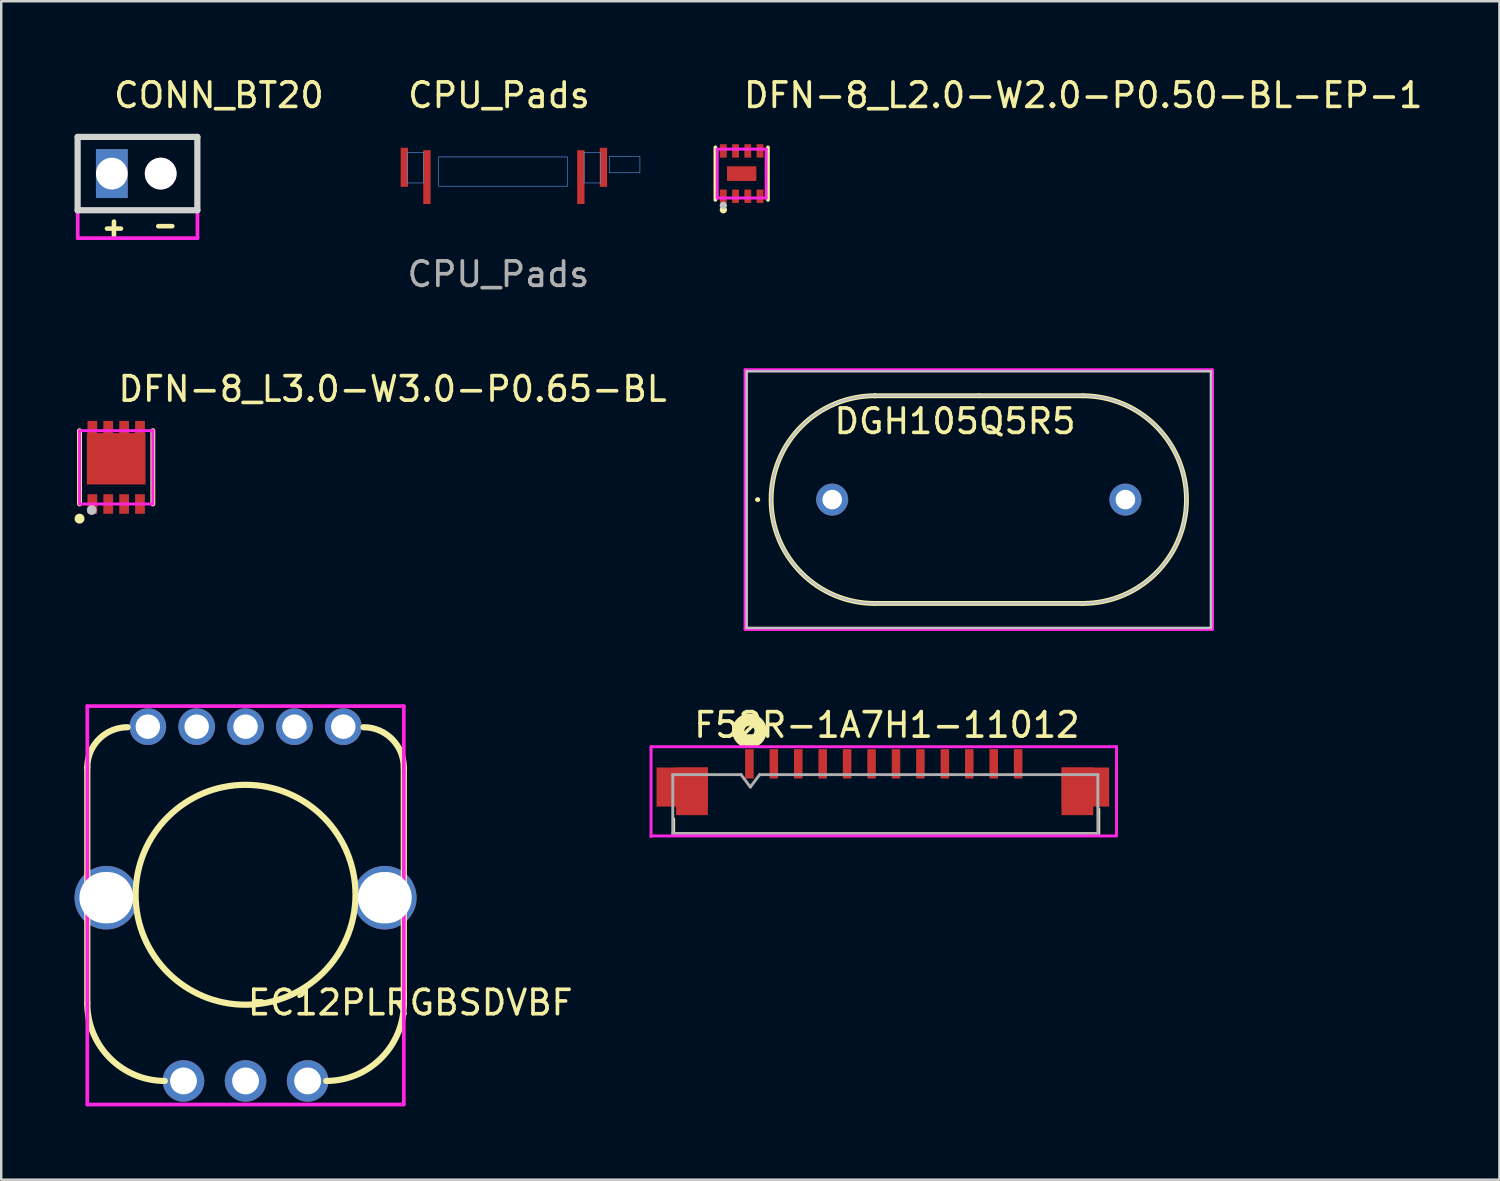
<source format=kicad_pcb>
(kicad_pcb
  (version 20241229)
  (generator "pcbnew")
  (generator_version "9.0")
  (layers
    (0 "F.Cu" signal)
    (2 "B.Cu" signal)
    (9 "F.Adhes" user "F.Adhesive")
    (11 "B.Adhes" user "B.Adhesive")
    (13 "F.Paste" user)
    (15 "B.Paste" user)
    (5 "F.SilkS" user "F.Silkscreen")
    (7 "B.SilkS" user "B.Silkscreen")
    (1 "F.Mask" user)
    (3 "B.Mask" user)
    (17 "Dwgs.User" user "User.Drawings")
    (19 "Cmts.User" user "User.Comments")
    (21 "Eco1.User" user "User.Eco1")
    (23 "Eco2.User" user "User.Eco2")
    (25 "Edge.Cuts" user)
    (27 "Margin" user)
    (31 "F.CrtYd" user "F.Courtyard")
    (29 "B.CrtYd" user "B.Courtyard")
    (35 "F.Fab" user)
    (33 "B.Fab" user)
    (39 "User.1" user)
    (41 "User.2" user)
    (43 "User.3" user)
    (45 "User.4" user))
  (footprint "DFN-8_L3.0-W3.0-P0.65-BL"
    (layer "F.Cu")
    (at 1.705 16.077)
    (property "Reference" "DFN-8_L3.0-W3.0-P0.65-BL" (at 0 -3.207 0) (layer "F.SilkS") (effects (font (size 1 1) (thickness 0.15)) (justify left)))
    (attr through_hole)
    (fp_line (start -1.5 -1.5) (end -1.5 1.5) (stroke (width 0.2) (type solid)) (layer "F.SilkS"))
    (fp_line (start 1.5 -1.5) (end 1.5 1.5) (stroke (width 0.2) (type solid)) (layer "F.SilkS"))
    (fp_circle (center -1.5 2.1) (end -1.395 2.1) (stroke (width 0.2) (type solid)) (fill no) (layer "F.SilkS"))
    (fp_poly (pts (xy -0.775 1.9) (xy -1.175 1.9) (xy -1.175 1.1) (xy -0.775 1.1)) (stroke (width 0.12) (type solid)) (fill yes) (layer "F.Paste"))
    (fp_poly (pts (xy -0.125 1.9) (xy -0.525 1.9) (xy -0.525 1.1) (xy -0.125 1.1)) (stroke (width 0.12) (type solid)) (fill yes) (layer "F.Paste"))
    (fp_poly (pts (xy 0.525 1.9) (xy 0.125 1.9) (xy 0.125 1.1) (xy 0.525 1.1)) (stroke (width 0.12) (type solid)) (fill yes) (layer "F.Paste"))
    (fp_poly (pts (xy 1.175 1.9) (xy 0.775 1.9) (xy 0.775 1.1) (xy 1.175 1.1)) (stroke (width 0.12) (type solid)) (fill yes) (layer "F.Paste"))
    (fp_poly (pts (xy 1.2 0.7) (xy -1.2 0.7) (xy -1.2 -1.4) (xy -1.175 -1.4) (xy -1.175 -1.9) (xy -0.775 -1.9) (xy -0.775 -1.4) (xy -0.525 -1.4) (xy -0.525 -1.9) (xy -0.125 -1.9) (xy -0.125 -1.4) (xy 0.125 -1.4) (xy 0.125 -1.9) (xy 0.525 -1.9) (xy 0.525 -1.4) (xy 0.775 -1.4) (xy 0.775 -1.9) (xy 1.175 -1.9) (xy 1.175 -1.4) (xy 1.2 -1.4)) (stroke (width 0.12) (type solid)) (fill yes) (layer "F.Paste"))
    (fp_circle (center -1 1.75) (end -0.9 1.75) (stroke (width 0.2) (type solid)) (fill no) (layer "Dwgs.User"))
    (fp_circle (center -1.5 1.6) (end -1.47 1.6) (stroke (width 0.06) (type solid)) (fill no) (layer "Eco2.User"))
    (fp_poly (pts (xy -1.175 -1.35) (xy 1.175 -1.35) (xy 1.175 0.65) (xy -1.175 0.65)) (stroke (width 0.12) (type solid)) (fill no) (layer "Eco2.User"))
    (fp_poly (pts (xy -0.825 -1.2) (xy -1.125 -1.2) (xy -1.125 -1.6) (xy -0.825 -1.6)) (stroke (width 0.12) (type solid)) (fill no) (layer "Eco2.User"))
    (fp_poly (pts (xy -0.825 1.6) (xy -1.125 1.6) (xy -1.125 1.2) (xy -0.825 1.2)) (stroke (width 0.12) (type solid)) (fill no) (layer "Eco2.User"))
    (fp_poly (pts (xy -0.175 -1.2) (xy -0.475 -1.2) (xy -0.475 -1.6) (xy -0.175 -1.6)) (stroke (width 0.12) (type solid)) (fill no) (layer "Eco2.User"))
    (fp_poly (pts (xy -0.175 1.6) (xy -0.475 1.6) (xy -0.475 1.2) (xy -0.175 1.2)) (stroke (width 0.12) (type solid)) (fill no) (layer "Eco2.User"))
    (fp_poly (pts (xy 0.475 -1.2) (xy 0.175 -1.2) (xy 0.175 -1.6) (xy 0.475 -1.6)) (stroke (width 0.12) (type solid)) (fill no) (layer "Eco2.User"))
    (fp_poly (pts (xy 0.475 1.6) (xy 0.175 1.6) (xy 0.175 1.2) (xy 0.475 1.2)) (stroke (width 0.12) (type solid)) (fill no) (layer "Eco2.User"))
    (fp_poly (pts (xy 1.125 -1.2) (xy 0.825 -1.2) (xy 0.825 -1.6) (xy 1.125 -1.6)) (stroke (width 0.12) (type solid)) (fill no) (layer "Eco2.User"))
    (fp_poly (pts (xy 1.125 1.6) (xy 0.825 1.6) (xy 0.825 1.2) (xy 1.125 1.2)) (stroke (width 0.12) (type solid)) (fill no) (layer "Eco2.User"))
    (fp_line (start -1.5 -1.5) (end 1.5 -1.5) (stroke (width 0.12) (type solid)) (layer "F.CrtYd"))
    (fp_line (start -1.5 1.5) (end -1.5 -1.5) (stroke (width 0.12) (type solid)) (layer "F.CrtYd"))
    (fp_line (start 1.5 -1.5) (end 1.5 1.5) (stroke (width 0.12) (type solid)) (layer "F.CrtYd"))
    (fp_line (start 1.5 1.5) (end -1.5 1.5) (stroke (width 0.12) (type solid)) (layer "F.CrtYd"))
    (pad "1" smd rect (at -0.975 1.5 180) (size 0.4 0.8) (layers "F.Cu" "F.Mask" "F.Paste"))
    (pad "2" smd rect (at -0.325 1.5 180) (size 0.4 0.8) (layers "F.Cu" "F.Mask" "F.Paste"))
    (pad "3" smd rect (at 0.325 1.5 180) (size 0.4 0.8) (layers "F.Cu" "F.Mask" "F.Paste"))
    (pad "4" smd rect (at 0.975 1.5 180) (size 0.4 0.8) (layers "F.Cu" "F.Mask" "F.Paste"))
    (pad "5" smd rect (at 0.975 -1.5 180) (size 0.4 0.8) (layers "F.Cu" "F.Mask" "F.Paste"))
    (pad "6" smd rect (at 0.325 -1.5 180) (size 0.4 0.8) (layers "F.Cu" "F.Mask" "F.Paste"))
    (pad "7" smd rect (at -0.325 -1.5 180) (size 0.4 0.8) (layers "F.Cu" "F.Mask" "F.Paste"))
    (pad "8" smd rect (at -0.975 -1.5 180) (size 0.4 0.8) (layers "F.Cu" "F.Mask" "F.Paste"))
    (pad "9" smd rect (at 0 -0.35) (size 2.4 2.1) (layers "F.Cu" "F.Mask" "F.Paste")))
  (footprint "DGH105Q5R5"
    (layer "F.Cu")
    (at 31.01 17.398)
    (property "Reference" "DGH105Q5R5" (at 0 -3.207 0) (layer "F.SilkS") (effects (font (size 1 1) (thickness 0.15)) (justify left)))
    (attr through_hole)
    (fp_line (start -3.1 0) (end -3.1 0) (stroke (width 0.1) (type solid)) (layer "F.SilkS"))
    (fp_line (start -3 0) (end -3 0) (stroke (width 0.1) (type solid)) (layer "F.SilkS"))
    (fp_line (start 1.75 -4.25) (end 1.75 -4.25) (stroke (width 0.2) (type solid)) (layer "F.SilkS"))
    (fp_line (start 1.75 4.25) (end 10.25 4.25) (stroke (width 0.2) (type solid)) (layer "F.SilkS"))
    (fp_line (start 6 -4.25) (end 1.75 -4.25) (stroke (width 0.2) (type solid)) (layer "F.SilkS"))
    (fp_line (start 10.25 -4.25) (end 6 -4.25) (stroke (width 0.2) (type solid)) (layer "F.SilkS"))
    (fp_line (start 10.25 4.25) (end 10.25 4.25) (stroke (width 0.2) (type solid)) (layer "F.SilkS"))
    (fp_arc (start -3.1 0) (mid -3.05 -0.05) (end -3 0) (stroke (width 0.1) (type solid)) (layer "F.SilkS"))
    (fp_arc (start -3 0) (mid -3.05 0.05) (end -3.1 0) (stroke (width 0.1) (type solid)) (layer "F.SilkS"))
    (fp_arc (start 1.75 4.25) (mid -2.5 0) (end 1.75 -4.25) (stroke (width 0.2) (type solid)) (layer "F.SilkS"))
    (fp_arc (start 10.25 -4.25) (mid 14.5 0) (end 10.25 4.25) (stroke (width 0.2) (type solid)) (layer "F.SilkS"))
    (fp_line (start -3.5 -5.25) (end 15.5 -5.25) (stroke (width 0.1) (type solid)) (layer "Dwgs.User"))
    (fp_line (start -3.5 5.25) (end -3.5 -5.25) (stroke (width 0.1) (type solid)) (layer "Dwgs.User"))
    (fp_line (start 1.75 -4.25) (end 1.75 -4.25) (stroke (width 0.1) (type solid)) (layer "Dwgs.User"))
    (fp_line (start 1.75 4.25) (end 10.25 4.25) (stroke (width 0.1) (type solid)) (layer "Dwgs.User"))
    (fp_line (start 6 -4.25) (end 1.75 -4.25) (stroke (width 0.1) (type solid)) (layer "Dwgs.User"))
    (fp_line (start 10.25 -4.25) (end 6 -4.25) (stroke (width 0.1) (type solid)) (layer "Dwgs.User"))
    (fp_line (start 10.25 4.25) (end 10.25 4.25) (stroke (width 0.1) (type solid)) (layer "Dwgs.User"))
    (fp_line (start 15.5 -5.25) (end 15.5 5.25) (stroke (width 0.1) (type solid)) (layer "Dwgs.User"))
    (fp_line (start 15.5 5.25) (end -3.5 5.25) (stroke (width 0.1) (type solid)) (layer "Dwgs.User"))
    (fp_arc (start 1.75 4.25) (mid -2.5 0) (end 1.75 -4.25) (stroke (width 0.1) (type solid)) (layer "Dwgs.User"))
    (fp_arc (start 10.25 -4.25) (mid 14.5 0) (end 10.25 4.25) (stroke (width 0.1) (type solid)) (layer "Dwgs.User"))
    (fp_line (start -3.55 -5.3) (end 15.55 -5.3) (stroke (width 0.152) (type solid)) (layer "F.CrtYd"))
    (fp_line (start -3.55 5.3) (end -3.55 -5.3) (stroke (width 0.152) (type solid)) (layer "F.CrtYd"))
    (fp_line (start 15.55 -5.3) (end 15.55 5.3) (stroke (width 0.152) (type solid)) (layer "F.CrtYd"))
    (fp_line (start 15.55 5.3) (end -3.55 5.3) (stroke (width 0.152) (type solid)) (layer "F.CrtYd"))
    (pad "1" thru_hole circle (at 0 0) (size 1.308 1.308) (drill oval 0.8) (layers "*.Cu" "*.Mask"))
    (pad "2" thru_hole circle (at 12 0) (size 1.308 1.308) (drill oval 0.8) (layers "*.Cu" "*.Mask")))
  (footprint "DFN-8_L2.0-W2.0-P0.50-BL-EP-1"
    (layer "F.Cu")
    (at 27.305 4.055)
    (property "Reference" "DFN-8_L2.0-W2.0-P0.50-BL-EP-1" (at 0 -3.207 0) (layer "F.SilkS") (effects (font (size 1 1) (thickness 0.15)) (justify left)))
    (attr through_hole)
    (fp_line (start -1.076 1.076) (end -1.076 -1.076) (stroke (width 0.152) (type solid)) (layer "F.SilkS"))
    (fp_line (start 1.076 1.076) (end 1.076 -1.076) (stroke (width 0.152) (type solid)) (layer "F.SilkS"))
    (fp_circle (center -0.75 1.48) (end -0.675 1.48) (stroke (width 0.15) (type solid)) (fill no) (layer "F.SilkS"))
    (fp_circle (center -0.75 1.3) (end -0.675 1.3) (stroke (width 0.15) (type solid)) (fill no) (layer "Dwgs.User"))
    (fp_circle (center -1 1) (end -0.97 1) (stroke (width 0.06) (type solid)) (fill no) (layer "Eco2.User"))
    (fp_poly (pts (xy -0.87 -1) (xy -0.63 -1) (xy -0.63 -0.65) (xy -0.87 -0.65)) (stroke (width 0.12) (type solid)) (fill no) (layer "Eco2.User"))
    (fp_poly (pts (xy -0.87 0.65) (xy -0.63 0.65) (xy -0.63 1) (xy -0.87 1)) (stroke (width 0.12) (type solid)) (fill no) (layer "Eco2.User"))
    (fp_poly (pts (xy -0.6 -0.3) (xy 0.6 -0.3) (xy 0.6 0.3) (xy -0.6 0.3)) (stroke (width 0.12) (type solid)) (fill no) (layer "Eco2.User"))
    (fp_poly (pts (xy -0.37 -1) (xy -0.13 -1) (xy -0.13 -0.65) (xy -0.37 -0.65)) (stroke (width 0.12) (type solid)) (fill no) (layer "Eco2.User"))
    (fp_poly (pts (xy -0.37 0.65) (xy -0.13 0.65) (xy -0.13 1) (xy -0.37 1)) (stroke (width 0.12) (type solid)) (fill no) (layer "Eco2.User"))
    (fp_poly (pts (xy 0.13 -1) (xy 0.37 -1) (xy 0.37 -0.65) (xy 0.13 -0.65)) (stroke (width 0.12) (type solid)) (fill no) (layer "Eco2.User"))
    (fp_poly (pts (xy 0.13 0.65) (xy 0.37 0.65) (xy 0.37 1) (xy 0.13 1)) (stroke (width 0.12) (type solid)) (fill no) (layer "Eco2.User"))
    (fp_poly (pts (xy 0.63 -1) (xy 0.87 -1) (xy 0.87 -0.65) (xy 0.63 -0.65)) (stroke (width 0.12) (type solid)) (fill no) (layer "Eco2.User"))
    (fp_poly (pts (xy 0.63 0.65) (xy 0.87 0.65) (xy 0.87 1) (xy 0.63 1)) (stroke (width 0.12) (type solid)) (fill no) (layer "Eco2.User"))
    (fp_line (start -1 -1) (end 1 -1) (stroke (width 0.12) (type solid)) (layer "F.CrtYd"))
    (fp_line (start -1 1) (end -1 -1) (stroke (width 0.12) (type solid)) (layer "F.CrtYd"))
    (fp_line (start 1 -1) (end 1 1) (stroke (width 0.12) (type solid)) (layer "F.CrtYd"))
    (fp_line (start 1 1) (end -1 1) (stroke (width 0.12) (type solid)) (layer "F.CrtYd"))
    (pad "1" smd rect (at -0.75 0.928) (size 0.28 0.55) (layers "F.Cu" "F.Mask" "F.Paste"))
    (pad "2" smd rect (at -0.25 0.928) (size 0.28 0.55) (layers "F.Cu" "F.Mask" "F.Paste"))
    (pad "3" smd rect (at 0.25 0.928) (size 0.28 0.55) (layers "F.Cu" "F.Mask" "F.Paste"))
    (pad "4" smd rect (at 0.75 0.928) (size 0.28 0.55) (layers "F.Cu" "F.Mask" "F.Paste"))
    (pad "5" smd rect (at 0.75 -0.928) (size 0.28 0.55) (layers "F.Cu" "F.Mask" "F.Paste"))
    (pad "6" smd rect (at 0.25 -0.928) (size 0.28 0.55) (layers "F.Cu" "F.Mask" "F.Paste"))
    (pad "7" smd rect (at -0.25 -0.928) (size 0.28 0.55) (layers "F.Cu" "F.Mask" "F.Paste"))
    (pad "8" smd rect (at -0.75 -0.928) (size 0.28 0.55) (layers "F.Cu" "F.Mask" "F.Paste"))
    (pad "9" smd rect (at 0 0) (size 1.2 0.6) (layers "F.Cu" "F.Mask" "F.Paste")))
  (footprint "CPU_Pads"
    (layer "F.Cu")
    (at 17.373 3.798)
    (property "Reference" "CPU_Pads" (at 0 -2.95 0) (layer "F.SilkS") (effects (font (size 1 1) (thickness 0.15))))
    (attr smd exclude_from_pos_files exclude_from_bom allow_missing_courtyard)
    (fp_poly (pts (xy -3.756 0.64) (xy -3.756 -0.614) (xy -3.083 -0.614) (xy -3.083 0.64)) (stroke (width 0.025) (type solid)) (fill no) (layer "Cmts.User"))
    (fp_poly (pts (xy 2.803 0.775) (xy -2.472 0.775) (xy -2.472 -0.425) (xy 2.803 -0.425)) (stroke (width 0.025) (type solid)) (fill no) (layer "Cmts.User"))
    (fp_poly (pts (xy 3.483 0.64) (xy 3.483 -0.614) (xy 4.156 -0.614) (xy 4.156 0.64)) (stroke (width 0.025) (type solid)) (fill no) (layer "Cmts.User"))
    (fp_poly (pts (xy 5.767 0.222) (xy 4.513 0.222) (xy 4.513 -0.451) (xy 5.767 -0.451)) (stroke (width 0.025) (type solid)) (fill no) (layer "Cmts.User"))
    (fp_text user "${REFERENCE}" (at -0.025 4.375 0) (layer "F.Fab") (effects (font (size 1 1) (thickness 0.15))))
    (pad "1" smd rect (at -3.875 0) (size 0.3 1.6) (layers "F.Cu" "F.Mask"))
    (pad "2" smd rect (at -2.95 1) (size 0.3 2.2) (drill (offset 0 -0.6)) (layers "F.Cu" "F.Mask"))
    (pad "3" smd rect (at 3.35 1) (size 0.3 2.2) (drill (offset 0 -0.6)) (layers "F.Cu" "F.Mask"))
    (pad "4" smd rect (at 4.275 0) (size 0.3 1.6) (layers "F.Cu" "F.Mask")))
  (footprint "F52R-1A7H1-11012"
    (layer "F.Cu")
    (at 33.121 29.162)
    (property "Reference" "F52R-1A7H1-11012" (at 0.127 -2.54 0) (layer "F.SilkS") (effects (font (size 1 1) (thickness 0.15))))
    (attr smd)
    (fp_line (start -8.6 1.3) (end -8.6 1.9) (stroke (width 0.12) (type solid)) (layer "F.SilkS"))
    (fp_line (start -8.6 1.9) (end 8.7 1.9) (stroke (width 0.12) (type solid)) (layer "F.SilkS"))
    (fp_line (start 8.7 1.9) (end 8.8 1.9) (stroke (width 0.12) (type solid)) (layer "F.SilkS"))
    (fp_line (start 8.8 1.9) (end 8.8 0.9) (stroke (width 0.12) (type solid)) (layer "F.SilkS"))
    (fp_circle (center -5.5 -2.3) (end -5.38 -2.468) (stroke (width 0.5) (type solid)) (fill no) (layer "F.SilkS"))
    (fp_line (start -9.525 -1.651) (end -9.525 -1.524) (stroke (width 0.12) (type solid)) (layer "F.CrtYd"))
    (fp_line (start -9.525 2.032) (end -9.525 -1.524) (stroke (width 0.12) (type solid)) (layer "F.CrtYd"))
    (fp_line (start -5.715 -1.651) (end -9.525 -1.651) (stroke (width 0.12) (type solid)) (layer "F.CrtYd"))
    (fp_line (start -5.715 -1.651) (end 9.398 -1.651) (stroke (width 0.12) (type solid)) (layer "F.CrtYd"))
    (fp_line (start 9.398 -1.651) (end 9.525 -1.651) (stroke (width 0.12) (type solid)) (layer "F.CrtYd"))
    (fp_line (start 9.5 2) (end -9.525 2) (stroke (width 0.12) (type solid)) (layer "F.CrtYd"))
    (fp_line (start 9.525 -1.651) (end 9.525 2) (stroke (width 0.12) (type solid)) (layer "F.CrtYd"))
    (fp_line (start -8.636 -0.508) (end -8.636 1.905) (stroke (width 0.12) (type solid)) (layer "F.Fab"))
    (fp_line (start -8.636 1.905) (end 8.636 1.905) (stroke (width 0.12) (type solid)) (layer "F.Fab"))
    (fp_line (start -5.842 -0.508) (end -8.636 -0.508) (stroke (width 0.12) (type solid)) (layer "F.Fab"))
    (fp_line (start -5.842 -0.508) (end -5.461 0) (stroke (width 0.12) (type solid)) (layer "F.Fab"))
    (fp_line (start -5.461 0) (end -5.08 -0.508) (stroke (width 0.12) (type solid)) (layer "F.Fab"))
    (fp_line (start 8.636 -0.508) (end -5.08 -0.508) (stroke (width 0.12) (type solid)) (layer "F.Fab"))
    (fp_line (start 8.636 1.905) (end 8.763 1.905) (stroke (width 0.12) (type solid)) (layer "F.Fab"))
    (fp_line (start 8.763 -0.508) (end 8.636 -0.508) (stroke (width 0.12) (type solid)) (layer "F.Fab"))
    (fp_line (start 8.763 1.905) (end 8.763 -0.508) (stroke (width 0.12) (type solid)) (layer "F.Fab"))
    (pad "1" smd rect (at -5.5 -0.95) (size 0.35 1.2) (layers "F.Cu" "F.Mask" "F.Paste"))
    (pad "2" smd rect (at -4.5 -0.95) (size 0.35 1.2) (layers "F.Cu" "F.Mask" "F.Paste"))
    (pad "3" smd rect (at -3.5 -0.95) (size 0.35 1.2) (layers "F.Cu" "F.Mask" "F.Paste"))
    (pad "4" smd rect (at -2.5 -0.95) (size 0.35 1.2) (layers "F.Cu" "F.Mask" "F.Paste"))
    (pad "5" smd rect (at -1.5 -0.95) (size 0.35 1.2) (layers "F.Cu" "F.Mask" "F.Paste"))
    (pad "6" smd rect (at -0.5 -0.95) (size 0.35 1.2) (layers "F.Cu" "F.Mask" "F.Paste"))
    (pad "7" smd rect (at 0.5 -0.95) (size 0.35 1.2) (layers "F.Cu" "F.Mask" "F.Paste"))
    (pad "8" smd rect (at 1.5 -0.95) (size 0.35 1.2) (layers "F.Cu" "F.Mask" "F.Paste"))
    (pad "9" smd rect (at 2.5 -0.95) (size 0.35 1.2) (layers "F.Cu" "F.Mask" "F.Paste"))
    (pad "10" smd rect (at 3.5 -0.95) (size 0.35 1.2) (layers "F.Cu" "F.Mask" "F.Paste"))
    (pad "11" smd rect (at 4.5 -0.95) (size 0.35 1.2) (layers "F.Cu" "F.Mask" "F.Paste"))
    (pad "12" smd rect (at 5.5 -0.95) (size 0.35 1.2) (layers "F.Cu" "F.Mask" "F.Paste"))
    (pad "MP" smd rect (at -8.25 0) (size 2.1 1.6) (layers "F.Cu" "F.Mask" "F.Paste"))
    (pad "MP" smd rect (at -7.851 0.175 90) (size 1.95 1.3) (layers "F.Cu" "F.Mask" "F.Paste"))
    (pad "MP" smd rect (at 7.925 0.175 270) (size 1.95 1.3) (layers "F.Cu" "F.Mask" "F.Paste"))
    (pad "MP" smd rect (at 8.25 0) (size 1.95 1.6) (layers "F.Cu" "F.Mask" "F.Paste")))
  (footprint "EC12PLRGBSDVBF"
    (layer "F.Cu")
    (at 7 41.191)
    (property "Reference" "EC12PLRGBSDVBF" (at 0 -3.207 0) (layer "F.SilkS") (effects (font (size 1 1) (thickness 0.15)) (justify left)))
    (attr through_hole)
    (fp_line (start -6.477 -7.493) (end -6.477 -12.827) (stroke (width 0.254) (type solid)) (layer "F.SilkS"))
    (fp_line (start -6.477 -7.493) (end -6.477 -3.175) (stroke (width 0.254) (type solid)) (layer "F.SilkS"))
    (fp_line (start 6.477 -7.493) (end 6.477 -12.827) (stroke (width 0.254) (type solid)) (layer "F.SilkS"))
    (fp_line (start 6.477 -3.175) (end 6.477 -7.493) (stroke (width 0.254) (type solid)) (layer "F.SilkS"))
    (fp_arc (start -6.477 -12.827) (mid -5.993433 -13.994433) (end -4.826 -14.478) (stroke (width 0.254) (type solid)) (layer "F.SilkS"))
    (fp_arc (start -3.302 0) (mid -5.547064 -0.929936) (end -6.477 -3.175) (stroke (width 0.254) (type solid)) (layer "F.SilkS"))
    (fp_arc (start 4.826 -14.478) (mid 5.993433 -13.994433) (end 6.477 -12.827) (stroke (width 0.254) (type solid)) (layer "F.SilkS"))
    (fp_arc (start 6.477 -3.175) (mid 5.547064 -0.929936) (end 3.302 0) (stroke (width 0.254) (type solid)) (layer "F.SilkS"))
    (fp_circle (center 0 -7.62) (end 4.5 -7.62) (stroke (width 0.254) (type solid)) (fill no) (layer "F.SilkS"))
    (fp_line (start -6.477 -15.342) (end 6.477 -15.342) (stroke (width 0.152) (type solid)) (layer "F.CrtYd"))
    (fp_line (start -6.477 0.965) (end -6.477 -15.342) (stroke (width 0.152) (type solid)) (layer "F.CrtYd"))
    (fp_line (start 6.477 -15.342) (end 6.477 0.965) (stroke (width 0.152) (type solid)) (layer "F.CrtYd"))
    (fp_line (start 6.477 0.965) (end -6.477 0.965) (stroke (width 0.152) (type solid)) (layer "F.CrtYd"))
    (pad "1" thru_hole circle (at -2.54 0) (size 1.7 1.7) (drill 1.1) (layers "*.Cu" "*.Mask"))
    (pad "2" thru_hole circle (at 2.54 0) (size 1.7 1.7) (drill 1.1) (layers "*.Cu" "*.Mask"))
    (pad "3" thru_hole circle (at 0 0) (size 1.7 1.7) (drill 1.1) (layers "*.Cu" "*.Mask"))
    (pad "4" thru_hole circle (at -4 -14.5) (size 1.5 1.5) (drill 1) (layers "*.Cu" "*.Mask"))
    (pad "5" thru_hole circle (at -2 -14.5) (size 1.5 1.5) (drill 1) (layers "*.Cu" "*.Mask"))
    (pad "6" thru_hole circle (at 0 -14.5) (size 1.5 1.5) (drill 1) (layers "*.Cu" "*.Mask"))
    (pad "7" thru_hole circle (at 2 -14.5) (size 1.5 1.5) (drill 1) (layers "*.Cu" "*.Mask"))
    (pad "8" thru_hole circle (at 4 -14.5) (size 1.5 1.5) (drill 1) (layers "*.Cu" "*.Mask"))
    (pad "9" thru_hole oval (at 5.7 -7.5) (size 2.6 2.6) (drill oval 2.2 2.1) (layers "*.Cu" "*.Mask"))
    (pad "10" thru_hole oval (at -5.7 -7.5) (size 2.6 2.6) (drill oval 2.2 2.1) (layers "*.Cu" "*.Mask")))
  (footprint "CONN_BT20"
    (layer "F.Cu")
    (at 1.527 4.055)
    (property "Reference" "CONN_BT20" (at 0 -3.207 0) (layer "F.SilkS") (effects (font (size 1 1) (thickness 0.15)) (justify left)))
    (attr through_hole)
    (fp_line (start -1.4 -1.501) (end 3.5 -1.501) (stroke (width 0.254) (type solid)) (layer "Edge.Cuts"))
    (fp_line (start -1.4 1.499) (end -1.4 -1.501) (stroke (width 0.254) (type solid)) (layer "Edge.Cuts"))
    (fp_line (start 3.5 -1.501) (end 3.5 1.499) (stroke (width 0.254) (type solid)) (layer "Edge.Cuts"))
    (fp_line (start 3.5 1.499) (end -1.4 1.499) (stroke (width 0.254) (type solid)) (layer "Edge.Cuts"))
    (fp_line (start -1.397 -1.499) (end 3.505 -1.499) (stroke (width 0.152) (type solid)) (layer "F.CrtYd"))
    (fp_line (start -1.397 2.642) (end -1.397 -1.499) (stroke (width 0.152) (type solid)) (layer "F.CrtYd"))
    (fp_line (start 3.505 -1.499) (end 3.505 2.642) (stroke (width 0.152) (type solid)) (layer "F.CrtYd"))
    (fp_line (start 3.505 2.642) (end -1.397 2.642) (stroke (width 0.152) (type solid)) (layer "F.CrtYd"))
    (fp_text user "+" (at -0.5 2.2 0) (layer "F.SilkS") (effects (font (size 0.75 0.75) (thickness 0.203)) (justify left)))
    (fp_text user "-" (at 1.6 2.1 0) (layer "F.SilkS") (effects (font (size 0.75 0.75) (thickness 0.203)) (justify left)))
    (pad "1" thru_hole rect (at 0 0) (size 1.3 2) (drill 1.55) (layers "*.Cu" "*.Mask"))
    (pad "2" thru_hole circle (at 2 0) (size 1.3 1.3) (drill 1.55) (layers "*.Cu" "*.Mask")))
  (gr_rect
    (start -3 -3)
    (end 58.317 45.233)
    (stroke (width 0.1) (type default))
    (fill no)
    (layer "Edge.Cuts")))
</source>
